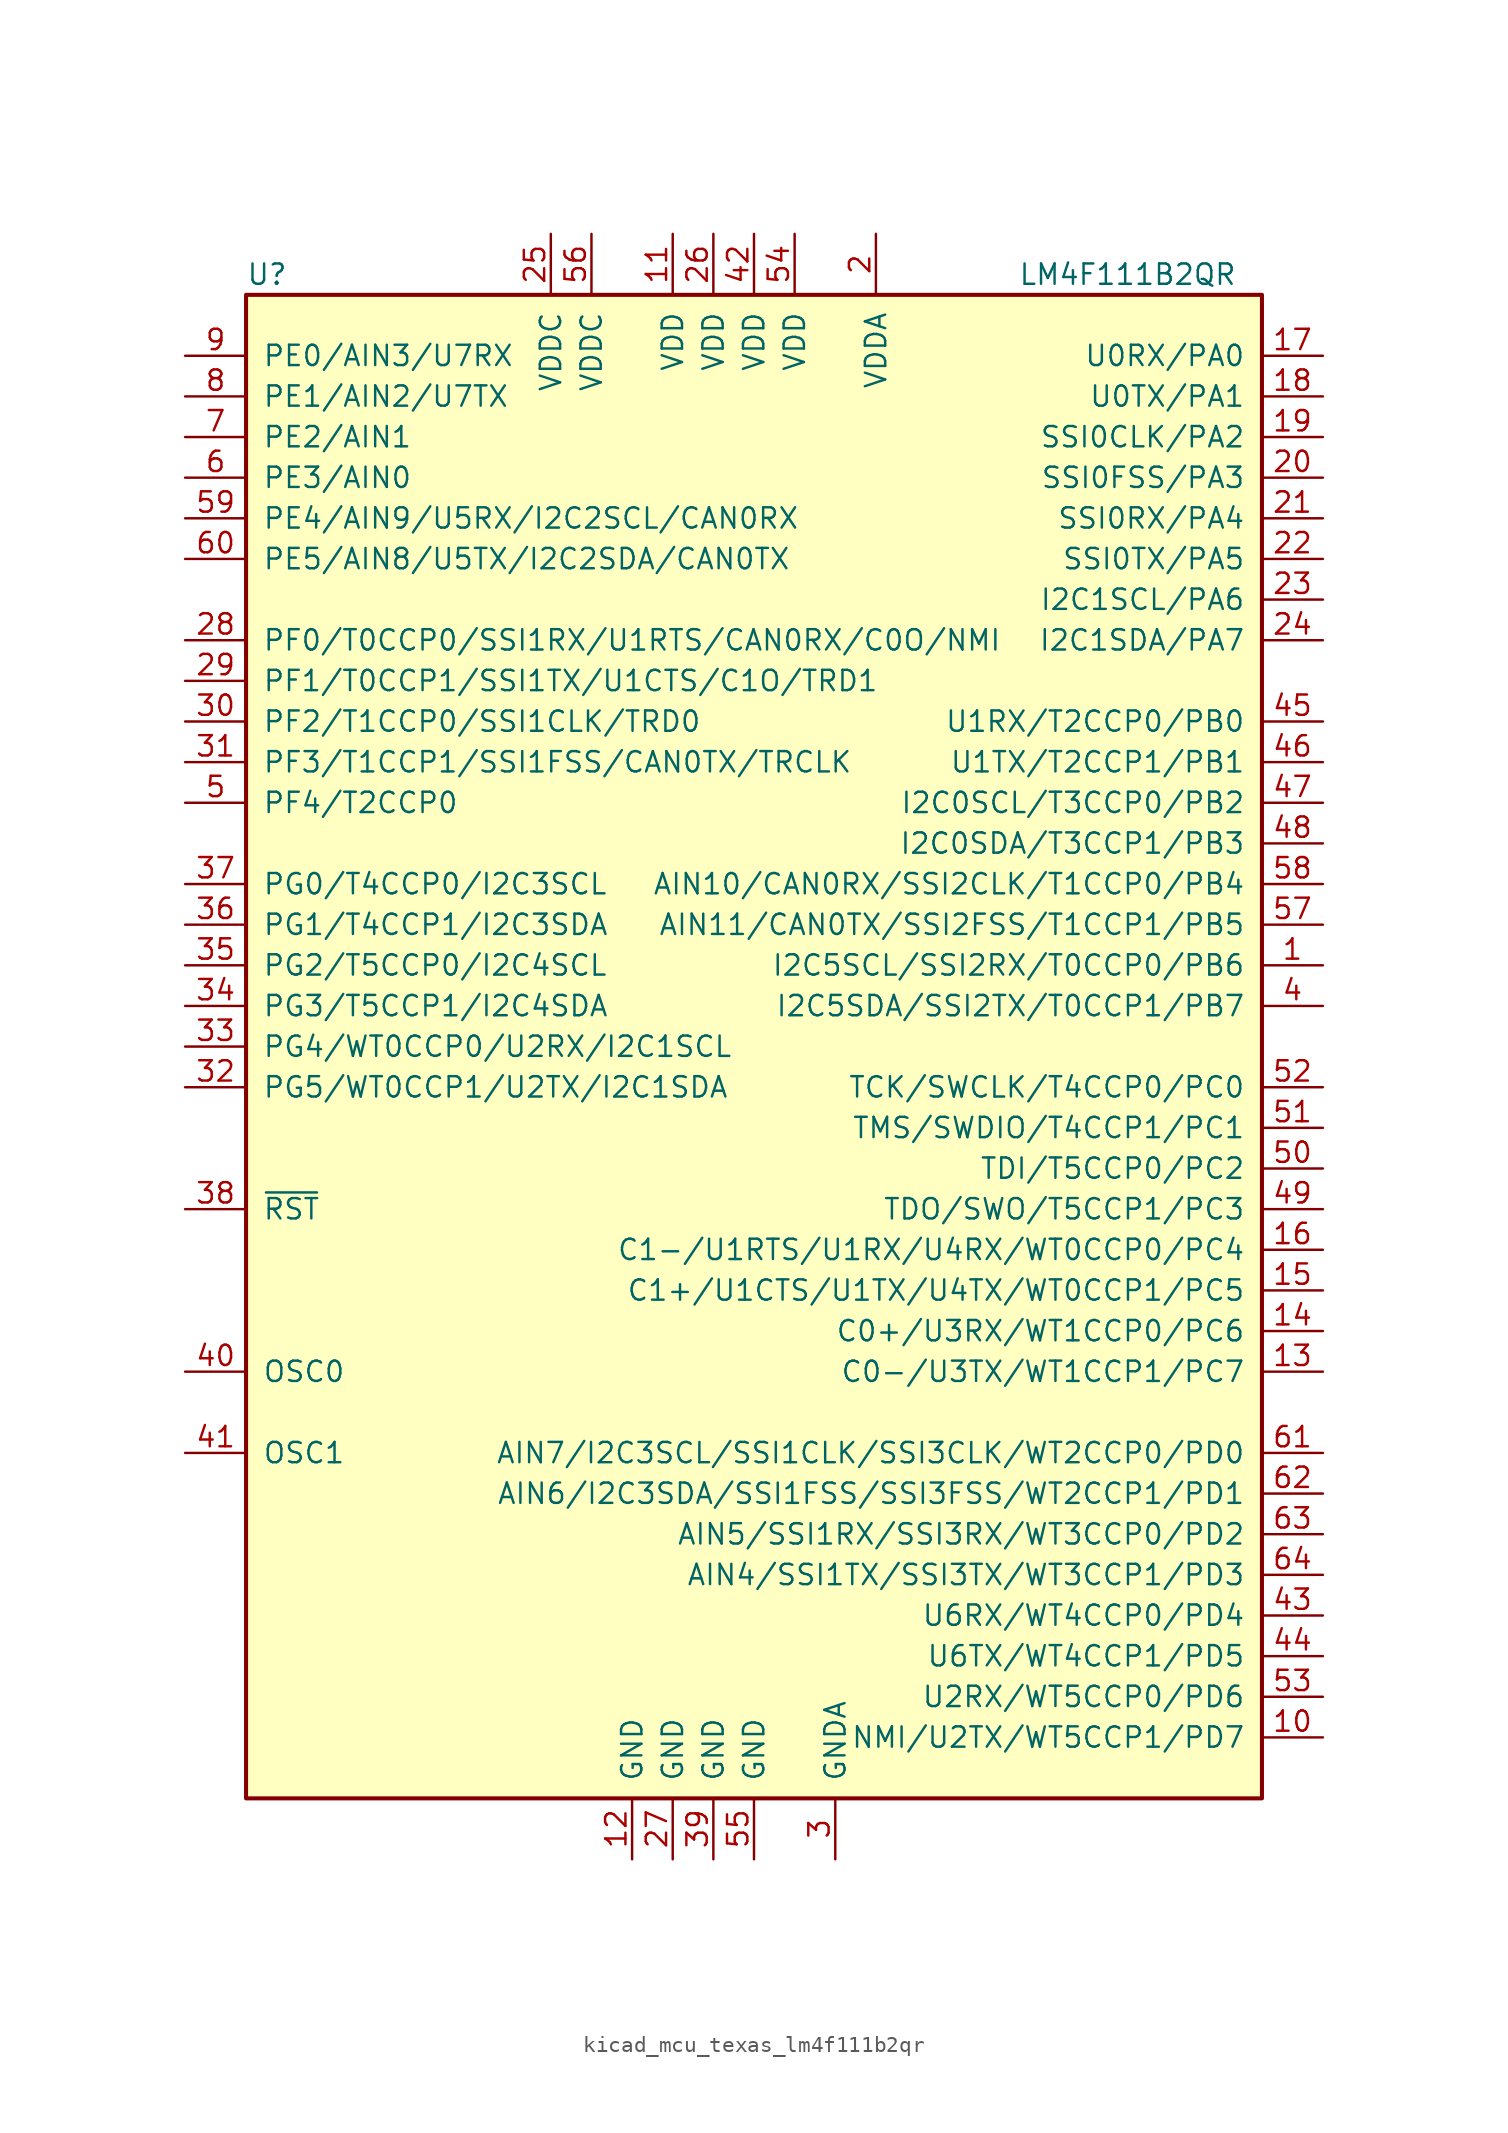
<source format=kicad_sym>
(kicad_symbol_lib
  (version 20220914)
  (generator kicad_symbol_editor)
  (symbol "kicad_mcu_texas_lm4f111b2qr"
    (pin_names
      (offset 1.016))
    (property "Reference" "U"
      (at -31.75 48.26 0)
      (effects (font (size 1.27 1.27)) (justify left)))
    (property "Value" "LM4F111B2QR"
      (at 16.51 48.26 0)
      (effects (font (size 1.27 1.27)) (justify left)))
    (symbol "kicad_mcu_texas_lm4f111b2qr_0_1"
      (rectangle (start -31.75 46.99) (end 31.75 -46.99) (stroke (width 0.254) (type default)) (fill (type background))))
    (symbol "kicad_mcu_texas_lm4f111b2qr_1_1"
      (pin bidirectional line (at 35.56 5.08 180) (length 3.81) (name "I2C5SCL/SSI2RX/T0CCP0/PB6" (effects (font (size 1.27 1.27)))) (number "1" (effects (font (size 1.27 1.27)))))
      (pin bidirectional line (at 35.56 -43.18 180) (length 3.81) (name "NMI/U2TX/WT5CCP1/PD7" (effects (font (size 1.27 1.27)))) (number "10" (effects (font (size 1.27 1.27)))))
      (pin power_in line (at -5.08 50.8 270) (length 3.81) (name "VDD" (effects (font (size 1.27 1.27)))) (number "11" (effects (font (size 1.27 1.27)))))
      (pin power_in line (at -7.62 -50.8 90) (length 3.81) (name "GND" (effects (font (size 1.27 1.27)))) (number "12" (effects (font (size 1.27 1.27)))))
      (pin bidirectional line (at 35.56 -20.32 180) (length 3.81) (name "C0-/U3TX/WT1CCP1/PC7" (effects (font (size 1.27 1.27)))) (number "13" (effects (font (size 1.27 1.27)))))
      (pin bidirectional line (at 35.56 -17.78 180) (length 3.81) (name "C0+/U3RX/WT1CCP0/PC6" (effects (font (size 1.27 1.27)))) (number "14" (effects (font (size 1.27 1.27)))))
      (pin bidirectional line (at 35.56 -15.24 180) (length 3.81) (name "C1+/U1CTS/U1TX/U4TX/WT0CCP1/PC5" (effects (font (size 1.27 1.27)))) (number "15" (effects (font (size 1.27 1.27)))))
      (pin bidirectional line (at 35.56 -12.7 180) (length 3.81) (name "C1-/U1RTS/U1RX/U4RX/WT0CCP0/PC4" (effects (font (size 1.27 1.27)))) (number "16" (effects (font (size 1.27 1.27)))))
      (pin bidirectional line (at 35.56 43.18 180) (length 3.81) (name "U0RX/PA0" (effects (font (size 1.27 1.27)))) (number "17" (effects (font (size 1.27 1.27)))))
      (pin bidirectional line (at 35.56 40.64 180) (length 3.81) (name "U0TX/PA1" (effects (font (size 1.27 1.27)))) (number "18" (effects (font (size 1.27 1.27)))))
      (pin bidirectional line (at 35.56 38.1 180) (length 3.81) (name "SSI0CLK/PA2" (effects (font (size 1.27 1.27)))) (number "19" (effects (font (size 1.27 1.27)))))
      (pin power_in line (at 7.62 50.8 270) (length 3.81) (name "VDDA" (effects (font (size 1.27 1.27)))) (number "2" (effects (font (size 1.27 1.27)))))
      (pin bidirectional line (at 35.56 35.56 180) (length 3.81) (name "SSI0FSS/PA3" (effects (font (size 1.27 1.27)))) (number "20" (effects (font (size 1.27 1.27)))))
      (pin bidirectional line (at 35.56 33.02 180) (length 3.81) (name "SSI0RX/PA4" (effects (font (size 1.27 1.27)))) (number "21" (effects (font (size 1.27 1.27)))))
      (pin bidirectional line (at 35.56 30.48 180) (length 3.81) (name "SSI0TX/PA5" (effects (font (size 1.27 1.27)))) (number "22" (effects (font (size 1.27 1.27)))))
      (pin bidirectional line (at 35.56 27.94 180) (length 3.81) (name "I2C1SCL/PA6" (effects (font (size 1.27 1.27)))) (number "23" (effects (font (size 1.27 1.27)))))
      (pin bidirectional line (at 35.56 25.4 180) (length 3.81) (name "I2C1SDA/PA7" (effects (font (size 1.27 1.27)))) (number "24" (effects (font (size 1.27 1.27)))))
      (pin power_in line (at -12.7 50.8 270) (length 3.81) (name "VDDC" (effects (font (size 1.27 1.27)))) (number "25" (effects (font (size 1.27 1.27)))))
      (pin power_in line (at -2.54 50.8 270) (length 3.81) (name "VDD" (effects (font (size 1.27 1.27)))) (number "26" (effects (font (size 1.27 1.27)))))
      (pin power_in line (at -5.08 -50.8 90) (length 3.81) (name "GND" (effects (font (size 1.27 1.27)))) (number "27" (effects (font (size 1.27 1.27)))))
      (pin bidirectional line (at -35.56 25.4 0) (length 3.81) (name "PF0/T0CCP0/SSI1RX/U1RTS/CAN0RX/C0O/NMI" (effects (font (size 1.27 1.27)))) (number "28" (effects (font (size 1.27 1.27)))))
      (pin bidirectional line (at -35.56 22.86 0) (length 3.81) (name "PF1/T0CCP1/SSI1TX/U1CTS/C1O/TRD1" (effects (font (size 1.27 1.27)))) (number "29" (effects (font (size 1.27 1.27)))))
      (pin power_in line (at 5.08 -50.8 90) (length 3.81) (name "GNDA" (effects (font (size 1.27 1.27)))) (number "3" (effects (font (size 1.27 1.27)))))
      (pin bidirectional line (at -35.56 20.32 0) (length 3.81) (name "PF2/T1CCP0/SSI1CLK/TRD0" (effects (font (size 1.27 1.27)))) (number "30" (effects (font (size 1.27 1.27)))))
      (pin bidirectional line (at -35.56 17.78 0) (length 3.81) (name "PF3/T1CCP1/SSI1FSS/CAN0TX/TRCLK" (effects (font (size 1.27 1.27)))) (number "31" (effects (font (size 1.27 1.27)))))
      (pin bidirectional line (at -35.56 -2.54 0) (length 3.81) (name "PG5/WT0CCP1/U2TX/I2C1SDA" (effects (font (size 1.27 1.27)))) (number "32" (effects (font (size 1.27 1.27)))))
      (pin bidirectional line (at -35.56 0 0) (length 3.81) (name "PG4/WT0CCP0/U2RX/I2C1SCL" (effects (font (size 1.27 1.27)))) (number "33" (effects (font (size 1.27 1.27)))))
      (pin bidirectional line (at -35.56 2.54 0) (length 3.81) (name "PG3/T5CCP1/I2C4SDA" (effects (font (size 1.27 1.27)))) (number "34" (effects (font (size 1.27 1.27)))))
      (pin bidirectional line (at -35.56 5.08 0) (length 3.81) (name "PG2/T5CCP0/I2C4SCL" (effects (font (size 1.27 1.27)))) (number "35" (effects (font (size 1.27 1.27)))))
      (pin bidirectional line (at -35.56 7.62 0) (length 3.81) (name "PG1/T4CCP1/I2C3SDA" (effects (font (size 1.27 1.27)))) (number "36" (effects (font (size 1.27 1.27)))))
      (pin bidirectional line (at -35.56 10.16 0) (length 3.81) (name "PG0/T4CCP0/I2C3SCL" (effects (font (size 1.27 1.27)))) (number "37" (effects (font (size 1.27 1.27)))))
      (pin input line (at -35.56 -10.16 0) (length 3.81) (name "~{RST}" (effects (font (size 1.27 1.27)))) (number "38" (effects (font (size 1.27 1.27)))))
      (pin power_in line (at -2.54 -50.8 90) (length 3.81) (name "GND" (effects (font (size 1.27 1.27)))) (number "39" (effects (font (size 1.27 1.27)))))
      (pin bidirectional line (at 35.56 2.54 180) (length 3.81) (name "I2C5SDA/SSI2TX/T0CCP1/PB7" (effects (font (size 1.27 1.27)))) (number "4" (effects (font (size 1.27 1.27)))))
      (pin passive line (at -35.56 -20.32 0) (length 3.81) (name "OSC0" (effects (font (size 1.27 1.27)))) (number "40" (effects (font (size 1.27 1.27)))))
      (pin passive line (at -35.56 -25.4 0) (length 3.81) (name "OSC1" (effects (font (size 1.27 1.27)))) (number "41" (effects (font (size 1.27 1.27)))))
      (pin power_in line (at 0 50.8 270) (length 3.81) (name "VDD" (effects (font (size 1.27 1.27)))) (number "42" (effects (font (size 1.27 1.27)))))
      (pin bidirectional line (at 35.56 -35.56 180) (length 3.81) (name "U6RX/WT4CCP0/PD4" (effects (font (size 1.27 1.27)))) (number "43" (effects (font (size 1.27 1.27)))))
      (pin bidirectional line (at 35.56 -38.1 180) (length 3.81) (name "U6TX/WT4CCP1/PD5" (effects (font (size 1.27 1.27)))) (number "44" (effects (font (size 1.27 1.27)))))
      (pin bidirectional line (at 35.56 20.32 180) (length 3.81) (name "U1RX/T2CCP0/PB0" (effects (font (size 1.27 1.27)))) (number "45" (effects (font (size 1.27 1.27)))))
      (pin bidirectional line (at 35.56 17.78 180) (length 3.81) (name "U1TX/T2CCP1/PB1" (effects (font (size 1.27 1.27)))) (number "46" (effects (font (size 1.27 1.27)))))
      (pin bidirectional line (at 35.56 15.24 180) (length 3.81) (name "I2C0SCL/T3CCP0/PB2" (effects (font (size 1.27 1.27)))) (number "47" (effects (font (size 1.27 1.27)))))
      (pin bidirectional line (at 35.56 12.7 180) (length 3.81) (name "I2C0SDA/T3CCP1/PB3" (effects (font (size 1.27 1.27)))) (number "48" (effects (font (size 1.27 1.27)))))
      (pin bidirectional line (at 35.56 -10.16 180) (length 3.81) (name "TDO/SWO/T5CCP1/PC3" (effects (font (size 1.27 1.27)))) (number "49" (effects (font (size 1.27 1.27)))))
      (pin bidirectional line (at -35.56 15.24 0) (length 3.81) (name "PF4/T2CCP0" (effects (font (size 1.27 1.27)))) (number "5" (effects (font (size 1.27 1.27)))))
      (pin bidirectional line (at 35.56 -7.62 180) (length 3.81) (name "TDI/T5CCP0/PC2" (effects (font (size 1.27 1.27)))) (number "50" (effects (font (size 1.27 1.27)))))
      (pin bidirectional line (at 35.56 -5.08 180) (length 3.81) (name "TMS/SWDIO/T4CCP1/PC1" (effects (font (size 1.27 1.27)))) (number "51" (effects (font (size 1.27 1.27)))))
      (pin bidirectional line (at 35.56 -2.54 180) (length 3.81) (name "TCK/SWCLK/T4CCP0/PC0" (effects (font (size 1.27 1.27)))) (number "52" (effects (font (size 1.27 1.27)))))
      (pin bidirectional line (at 35.56 -40.64 180) (length 3.81) (name "U2RX/WT5CCP0/PD6" (effects (font (size 1.27 1.27)))) (number "53" (effects (font (size 1.27 1.27)))))
      (pin power_in line (at 2.54 50.8 270) (length 3.81) (name "VDD" (effects (font (size 1.27 1.27)))) (number "54" (effects (font (size 1.27 1.27)))))
      (pin power_in line (at 0 -50.8 90) (length 3.81) (name "GND" (effects (font (size 1.27 1.27)))) (number "55" (effects (font (size 1.27 1.27)))))
      (pin power_in line (at -10.16 50.8 270) (length 3.81) (name "VDDC" (effects (font (size 1.27 1.27)))) (number "56" (effects (font (size 1.27 1.27)))))
      (pin bidirectional line (at 35.56 7.62 180) (length 3.81) (name "AIN11/CAN0TX/SSI2FSS/T1CCP1/PB5" (effects (font (size 1.27 1.27)))) (number "57" (effects (font (size 1.27 1.27)))))
      (pin bidirectional line (at 35.56 10.16 180) (length 3.81) (name "AIN10/CAN0RX/SSI2CLK/T1CCP0/PB4" (effects (font (size 1.27 1.27)))) (number "58" (effects (font (size 1.27 1.27)))))
      (pin bidirectional line (at -35.56 33.02 0) (length 3.81) (name "PE4/AIN9/U5RX/I2C2SCL/CAN0RX" (effects (font (size 1.27 1.27)))) (number "59" (effects (font (size 1.27 1.27)))))
      (pin bidirectional line (at -35.56 35.56 0) (length 3.81) (name "PE3/AIN0" (effects (font (size 1.27 1.27)))) (number "6" (effects (font (size 1.27 1.27)))))
      (pin bidirectional line (at -35.56 30.48 0) (length 3.81) (name "PE5/AIN8/U5TX/I2C2SDA/CAN0TX" (effects (font (size 1.27 1.27)))) (number "60" (effects (font (size 1.27 1.27)))))
      (pin bidirectional line (at 35.56 -25.4 180) (length 3.81) (name "AIN7/I2C3SCL/SSI1CLK/SSI3CLK/WT2CCP0/PD0" (effects (font (size 1.27 1.27)))) (number "61" (effects (font (size 1.27 1.27)))))
      (pin bidirectional line (at 35.56 -27.94 180) (length 3.81) (name "AIN6/I2C3SDA/SSI1FSS/SSI3FSS/WT2CCP1/PD1" (effects (font (size 1.27 1.27)))) (number "62" (effects (font (size 1.27 1.27)))))
      (pin bidirectional line (at 35.56 -30.48 180) (length 3.81) (name "AIN5/SSI1RX/SSI3RX/WT3CCP0/PD2" (effects (font (size 1.27 1.27)))) (number "63" (effects (font (size 1.27 1.27)))))
      (pin bidirectional line (at 35.56 -33.02 180) (length 3.81) (name "AIN4/SSI1TX/SSI3TX/WT3CCP1/PD3" (effects (font (size 1.27 1.27)))) (number "64" (effects (font (size 1.27 1.27)))))
      (pin bidirectional line (at -35.56 38.1 0) (length 3.81) (name "PE2/AIN1" (effects (font (size 1.27 1.27)))) (number "7" (effects (font (size 1.27 1.27)))))
      (pin bidirectional line (at -35.56 40.64 0) (length 3.81) (name "PE1/AIN2/U7TX" (effects (font (size 1.27 1.27)))) (number "8" (effects (font (size 1.27 1.27)))))
      (pin bidirectional line (at -35.56 43.18 0) (length 3.81) (name "PE0/AIN3/U7RX" (effects (font (size 1.27 1.27)))) (number "9" (effects (font (size 1.27 1.27))))))))
</source>
